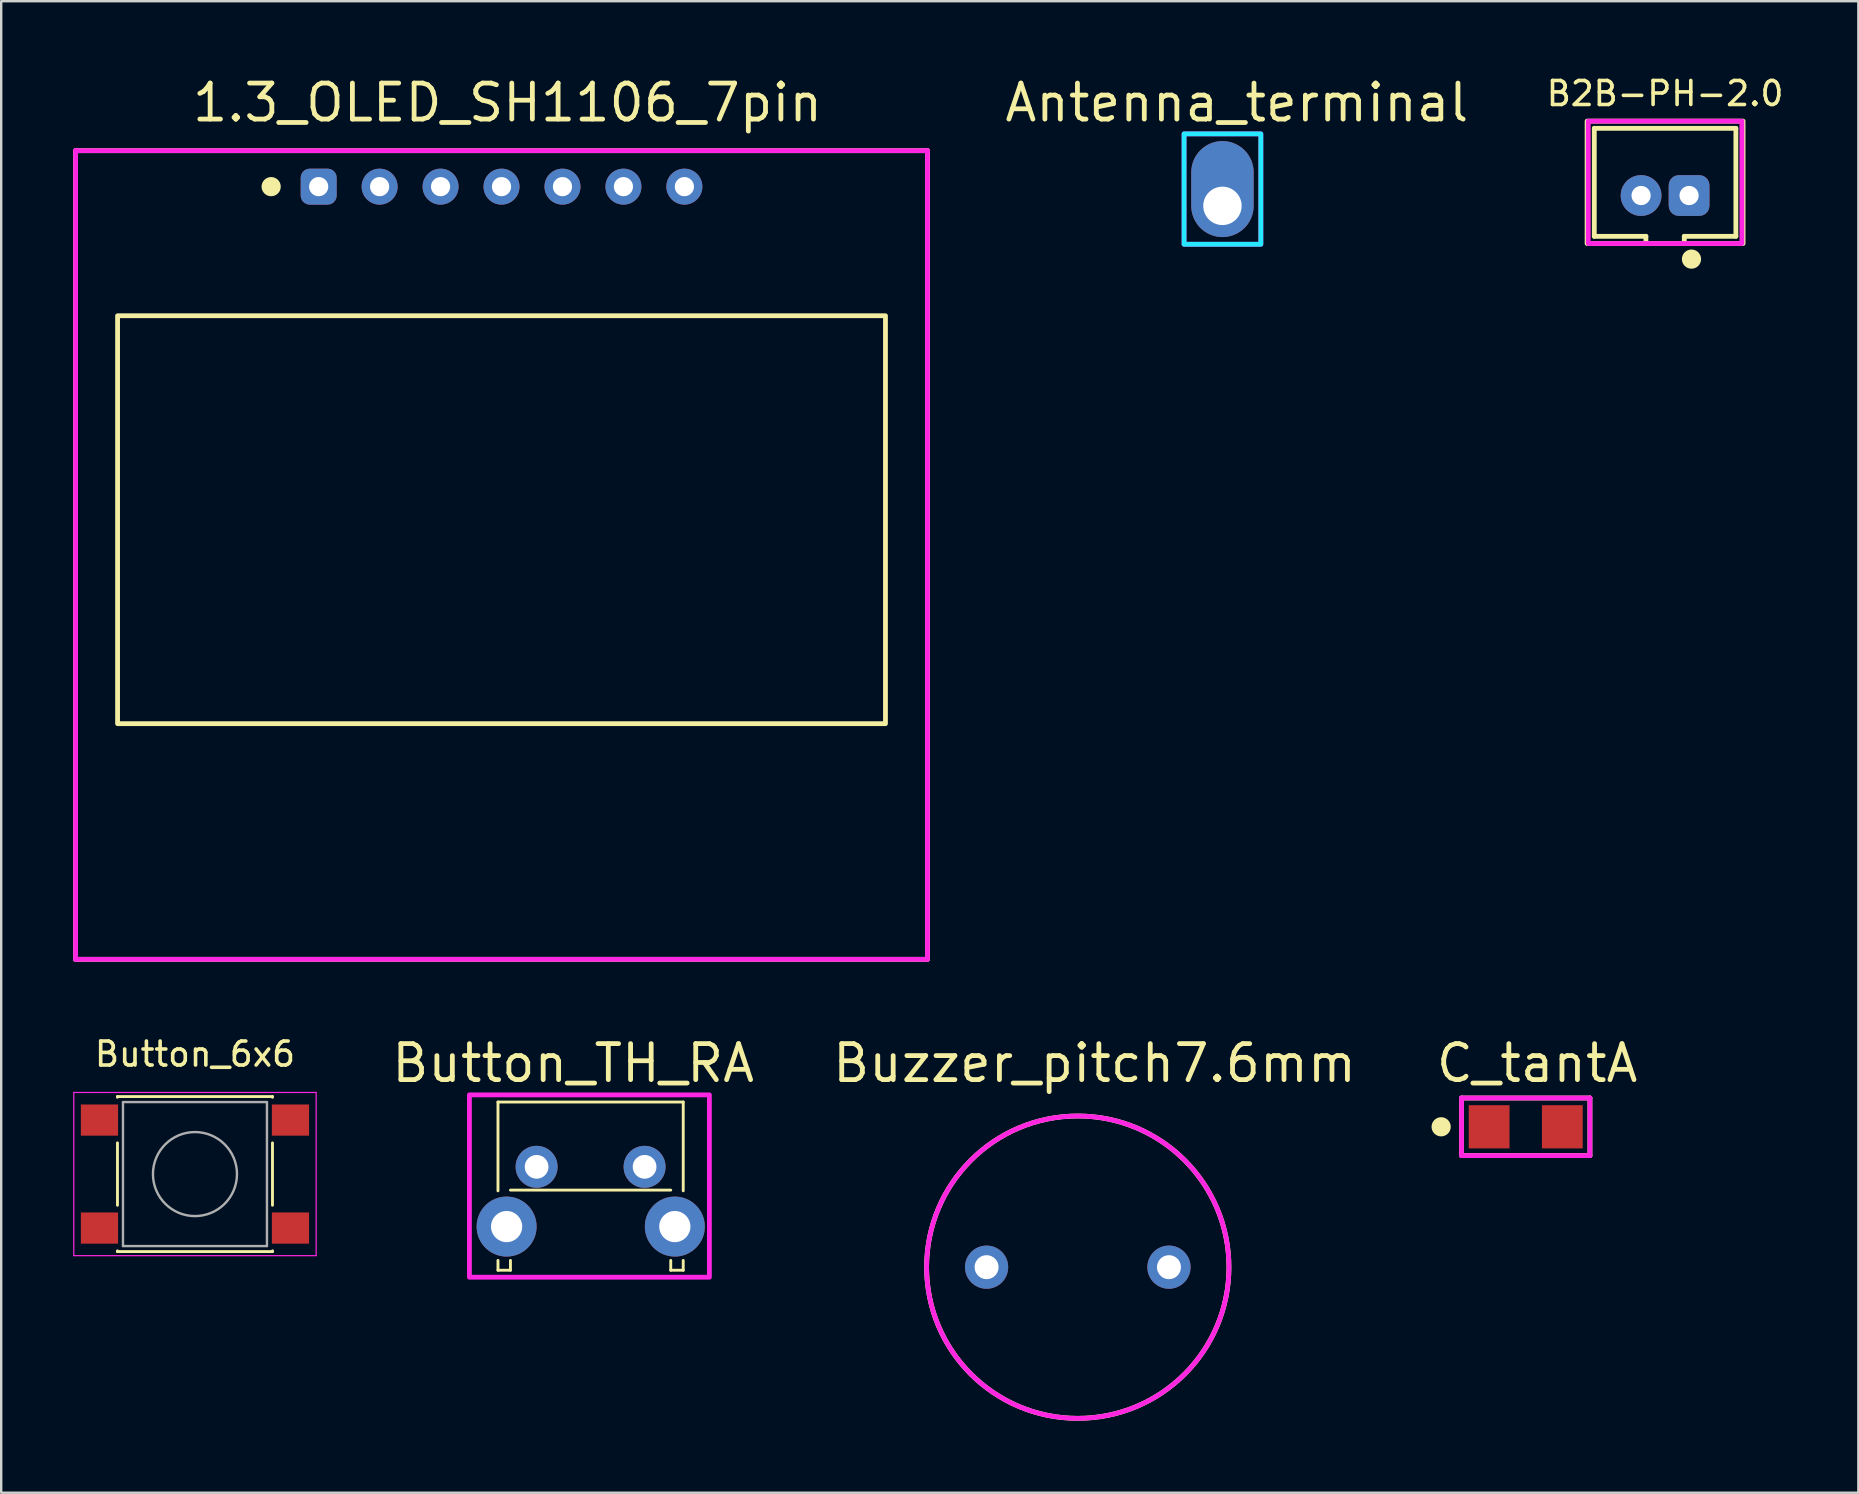
<source format=kicad_pcb>
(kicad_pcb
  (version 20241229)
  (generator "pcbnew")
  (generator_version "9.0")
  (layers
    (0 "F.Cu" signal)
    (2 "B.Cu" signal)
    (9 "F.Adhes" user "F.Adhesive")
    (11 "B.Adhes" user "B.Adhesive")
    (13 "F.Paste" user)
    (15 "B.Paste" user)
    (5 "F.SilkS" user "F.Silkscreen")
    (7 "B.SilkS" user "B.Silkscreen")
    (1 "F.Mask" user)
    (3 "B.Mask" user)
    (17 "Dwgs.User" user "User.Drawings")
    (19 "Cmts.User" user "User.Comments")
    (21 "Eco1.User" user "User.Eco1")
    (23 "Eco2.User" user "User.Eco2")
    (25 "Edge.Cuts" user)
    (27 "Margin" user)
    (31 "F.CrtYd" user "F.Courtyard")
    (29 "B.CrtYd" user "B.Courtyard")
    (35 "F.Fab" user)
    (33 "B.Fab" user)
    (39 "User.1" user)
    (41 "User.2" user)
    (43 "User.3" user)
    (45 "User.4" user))
  (footprint "B2B-PH-2.0"
    (layer "F.Cu")
    (at 66.339 5.098)
    (property "Reference" "B2B-PH-2.0" (at 0 -4.25 0) (unlocked yes) (layer "F.SilkS") (effects (font (size 1 1) (thickness 0.15))))
    (attr smd)
    (fp_line (start -2.95 -2.8) (end 2.95 -2.8) (stroke (width 0.2) (type solid)) (layer "F.SilkS"))
    (fp_line (start -2.95 1.7) (end -2.95 -2.8) (stroke (width 0.2) (type solid)) (layer "F.SilkS"))
    (fp_line (start -2.95 1.7) (end -0.8 1.7) (stroke (width 0.2) (type default)) (layer "F.SilkS"))
    (fp_line (start -0.8 1.7) (end -0.8 2) (stroke (width 0.2) (type default)) (layer "F.SilkS"))
    (fp_line (start 0.8 1.7) (end 0.8 2) (stroke (width 0.2) (type default)) (layer "F.SilkS"))
    (fp_line (start 2.95 -2.8) (end 2.95 1.7) (stroke (width 0.2) (type solid)) (layer "F.SilkS"))
    (fp_line (start 2.95 1.7) (end 0.8 1.7) (stroke (width 0.2) (type default)) (layer "F.SilkS"))
    (fp_rect (start -3.25 -3.1) (end 3.25 2) (stroke (width 0.2) (type default)) (fill no) (layer "F.SilkS"))
    (fp_circle (center 1.1 2.65) (end 1.3 2.65) (stroke (width 0.4) (type solid)) (fill no) (layer "F.SilkS"))
    (fp_rect (start -3.2 -3.1) (end 3.2 2) (stroke (width 0.2) (type solid)) (fill no) (layer "F.CrtYd"))
    (pad "1" thru_hole roundrect (at 1 0) (size 1.7 1.7) (drill 0.8) (layers "*.Cu" "*.Mask") (roundrect_rratio 0.25))
    (pad "2" thru_hole circle (at -1 0) (size 1.7 1.7) (drill 0.8) (layers "*.Cu" "*.Mask")))
  (footprint "Button_TH_RA"
    (layer "F.Cu")
    (at 21.562 45.575)
    (property "Reference" "Button_TH_RA" (at -0.726 -4.318 0) (layer "F.SilkS") (effects (font (size 1.5 1.5) (thickness 0.2))))
    (attr through_hole)
    (fp_line (start -3.86 -2.7) (end -3.86 1) (stroke (width 0.12) (type solid)) (layer "F.SilkS"))
    (fp_line (start -3.86 -2.7) (end 3.86 -2.7) (stroke (width 0.12) (type solid)) (layer "F.SilkS"))
    (fp_line (start -3.86 3.9) (end -3.86 4.31) (stroke (width 0.12) (type solid)) (layer "F.SilkS"))
    (fp_line (start -3.86 4.31) (end -3.34 4.31) (stroke (width 0.12) (type solid)) (layer "F.SilkS"))
    (fp_line (start -3.34 0.97) (end 3.34 0.97) (stroke (width 0.12) (type solid)) (layer "F.SilkS"))
    (fp_line (start -3.34 3.9) (end -3.34 4.31) (stroke (width 0.12) (type solid)) (layer "F.SilkS"))
    (fp_line (start 3.34 3.9) (end 3.34 4.31) (stroke (width 0.12) (type solid)) (layer "F.SilkS"))
    (fp_line (start 3.34 4.31) (end 3.86 4.31) (stroke (width 0.12) (type solid)) (layer "F.SilkS"))
    (fp_line (start 3.86 -2.7) (end 3.86 1) (stroke (width 0.12) (type solid)) (layer "F.SilkS"))
    (fp_line (start 3.86 3.9) (end 3.86 4.31) (stroke (width 0.12) (type solid)) (layer "F.SilkS"))
    (fp_rect (start -5.05 4.6) (end 4.95 -3) (stroke (width 0.2) (type solid)) (fill no) (layer "F.CrtYd"))
    (pad "1" thru_hole circle (at -2.25 0) (size 1.75 1.75) (drill 0.99) (layers "*.Cu" "*.Mask"))
    (pad "2" thru_hole circle (at -3.5 2.49) (size 2.5 2.5) (drill 1.3) (layers "*.Cu" "*.Mask"))
    (pad "2" thru_hole circle (at 2.25 0) (size 1.75 1.75) (drill 0.99) (layers "*.Cu" "*.Mask"))
    (pad "2" thru_hole circle (at 3.51 2.49) (size 2.5 2.5) (drill 1.3) (layers "*.Cu" "*.Mask")))
  (footprint "1.3_OLED_SH1106_7pin"
    (layer "F.Cu")
    (at 17.85 20.078)
    (property "Reference" "1.3_OLED_SH1106_7pin" (at 0.25 -18.85 0) (layer "F.SilkS") (effects (font (size 1.5 1.5) (thickness 0.2))))
    (attr through_hole)
    (fp_line (start -17.75 -16.85) (end -17.75 16.85) (stroke (width 0.2) (type solid)) (layer "F.SilkS"))
    (fp_line (start -17.75 -16.85) (end 17.75 -16.85) (stroke (width 0.2) (type solid)) (layer "F.SilkS"))
    (fp_line (start -17.75 16.85) (end 17.75 16.85) (stroke (width 0.2) (type solid)) (layer "F.SilkS"))
    (fp_line (start 17.75 -16.85) (end 17.75 16.85) (stroke (width 0.2) (type solid)) (layer "F.SilkS"))
    (fp_rect (start -16 -9.97) (end 16 7.03) (stroke (width 0.2) (type solid)) (fill no) (layer "F.SilkS"))
    (fp_circle (center -9.6 -15.35) (end -9.4 -15.35) (stroke (width 0.4) (type solid)) (fill no) (layer "F.SilkS"))
    (fp_line (start -17.75 -16.85) (end 17.75 -16.85) (stroke (width 0.2) (type solid)) (layer "F.CrtYd"))
    (fp_line (start -17.75 16.85) (end -17.75 -16.85) (stroke (width 0.2) (type solid)) (layer "F.CrtYd"))
    (fp_line (start 17.75 -16.85) (end 17.75 16.85) (stroke (width 0.2) (type solid)) (layer "F.CrtYd"))
    (fp_line (start 17.75 16.85) (end -17.75 16.85) (stroke (width 0.2) (type solid)) (layer "F.CrtYd"))
    (pad "1" thru_hole roundrect (at -7.62 -15.35) (size 1.5 1.5) (drill 0.8) (layers "*.Cu" "*.Mask") (roundrect_rratio 0.25))
    (pad "2" thru_hole circle (at -5.08 -15.35) (size 1.5 1.5) (drill 0.8) (layers "*.Cu" "*.Mask"))
    (pad "3" thru_hole circle (at -2.54 -15.35) (size 1.5 1.5) (drill 0.8) (layers "*.Cu" "*.Mask"))
    (pad "4" thru_hole circle (at 0 -15.35) (size 1.5 1.5) (drill 0.8) (layers "*.Cu" "*.Mask"))
    (pad "5" thru_hole circle (at 2.54 -15.35) (size 1.5 1.5) (drill 0.8) (layers "*.Cu" "*.Mask"))
    (pad "6" thru_hole circle (at 5.08 -15.35) (size 1.5 1.5) (drill 0.8) (layers "*.Cu" "*.Mask"))
    (pad "7" thru_hole circle (at 7.62 -15.35) (size 1.5 1.5) (drill 0.8) (layers "*.Cu" "*.Mask")))
  (footprint "Buzzer_pitch7.6mm"
    (layer "F.Cu")
    (at 41.864 49.757)
    (property "Reference" "Buzzer_pitch7.6mm" (at 0.7 -8.5 0) (layer "F.SilkS") (effects (font (size 1.5 1.5) (thickness 0.2))))
    (attr through_hole)
    (fp_circle (center 0 0) (end 6.3 0) (stroke (width 0.2) (type solid)) (fill no) (layer "F.SilkS"))
    (fp_circle (center 0 0) (end 6.3 0) (stroke (width 0.2) (type solid)) (fill no) (layer "F.CrtYd"))
    (pad "1" thru_hole circle (at -3.8 0) (size 1.8 1.8) (drill 1) (layers "*.Cu" "*.Mask"))
    (pad "2" thru_hole circle (at 3.8 0) (size 1.8 1.8) (drill 1) (layers "*.Cu" "*.Mask")))
  (footprint "C_tantA"
    (layer "F.Cu")
    (at 60.532 43.907)
    (property "Reference" "C_tantA" (at 0.475 -2.65 0) (layer "F.SilkS") (effects (font (size 1.5 1.5) (thickness 0.2))))
    (attr smd)
    (fp_line (start -2.675 -1.2) (end 2.675 -1.2) (stroke (width 0.2) (type solid)) (layer "F.SilkS"))
    (fp_line (start -2.675 1.2) (end -2.675 -1.2) (stroke (width 0.2) (type solid)) (layer "F.SilkS"))
    (fp_line (start 2.675 -1.2) (end 2.675 1.2) (stroke (width 0.2) (type solid)) (layer "F.SilkS"))
    (fp_line (start 2.675 1.2) (end -2.675 1.2) (stroke (width 0.2) (type solid)) (layer "F.SilkS"))
    (fp_circle (center -3.525 0) (end -3.325 0) (stroke (width 0.4) (type solid)) (fill no) (layer "F.SilkS"))
    (fp_line (start -2.675 -1.2) (end 2.675 -1.2) (stroke (width 0.2) (type solid)) (layer "F.CrtYd"))
    (fp_line (start -2.675 1.2) (end -2.675 -1.2) (stroke (width 0.2) (type solid)) (layer "F.CrtYd"))
    (fp_line (start 2.675 -1.2) (end 2.675 1.2) (stroke (width 0.2) (type solid)) (layer "F.CrtYd"))
    (fp_line (start 2.675 1.2) (end -2.675 1.2) (stroke (width 0.2) (type solid)) (layer "F.CrtYd"))
    (pad "1" smd rect (at -1.525 0) (size 1.7 1.8) (layers "F.Cu" "F.Mask" "F.Paste"))
    (pad "2" smd rect (at 1.525 0) (size 1.7 1.8) (layers "F.Cu" "F.Mask" "F.Paste")))
  (footprint "Button_6x6"
    (layer "F.Cu")
    (at 5.075 45.877)
    (property "Reference" "Button_6x6" (at 0 -5 0) (unlocked yes) (layer "F.SilkS") (effects (font (size 1 1) (thickness 0.15))))
    (attr smd)
    (fp_line (start -3.23 -3.23) (end 3.23 -3.23) (stroke (width 0.12) (type solid)) (layer "F.SilkS"))
    (fp_line (start -3.23 -3.2) (end -3.23 -3.23) (stroke (width 0.12) (type solid)) (layer "F.SilkS"))
    (fp_line (start -3.23 -1.3) (end -3.23 1.3) (stroke (width 0.12) (type solid)) (layer "F.SilkS"))
    (fp_line (start -3.23 3.23) (end -3.23 3.2) (stroke (width 0.12) (type solid)) (layer "F.SilkS"))
    (fp_line (start -3.23 3.23) (end 3.23 3.23) (stroke (width 0.12) (type solid)) (layer "F.SilkS"))
    (fp_line (start 3.23 -3.23) (end 3.23 -3.2) (stroke (width 0.12) (type solid)) (layer "F.SilkS"))
    (fp_line (start 3.23 -1.3) (end 3.23 1.3) (stroke (width 0.12) (type solid)) (layer "F.SilkS"))
    (fp_line (start 3.23 3.23) (end 3.23 3.2) (stroke (width 0.12) (type solid)) (layer "F.SilkS"))
    (fp_line (start -5.05 -3.4) (end -5.05 3.4) (stroke (width 0.05) (type solid)) (layer "F.CrtYd"))
    (fp_line (start -5.05 -3.4) (end 5.05 -3.4) (stroke (width 0.05) (type solid)) (layer "F.CrtYd"))
    (fp_line (start -5.05 3.4) (end 5.05 3.4) (stroke (width 0.05) (type solid)) (layer "F.CrtYd"))
    (fp_line (start 5.05 3.4) (end 5.05 -3.4) (stroke (width 0.05) (type solid)) (layer "F.CrtYd"))
    (fp_line (start -3 -3) (end -3 3) (stroke (width 0.1) (type solid)) (layer "F.Fab"))
    (fp_line (start -3 3) (end 3 3) (stroke (width 0.1) (type solid)) (layer "F.Fab"))
    (fp_line (start 3 -3) (end -3 -3) (stroke (width 0.1) (type solid)) (layer "F.Fab"))
    (fp_line (start 3 3) (end 3 -3) (stroke (width 0.1) (type solid)) (layer "F.Fab"))
    (fp_circle (center 0 0) (end 1.75 -0.05) (stroke (width 0.1) (type solid)) (fill no) (layer "F.Fab"))
    (pad "1" smd rect (at -3.98 -2.25) (size 1.55 1.3) (layers "F.Cu" "F.Mask" "F.Paste"))
    (pad "1" smd rect (at 3.98 -2.25) (size 1.55 1.3) (layers "F.Cu" "F.Mask" "F.Paste"))
    (pad "2" smd rect (at -3.98 2.25) (size 1.55 1.3) (layers "F.Cu" "F.Mask" "F.Paste"))
    (pad "2" smd rect (at 3.98 2.25) (size 1.55 1.3) (layers "F.Cu" "F.Mask" "F.Paste")))
  (footprint "Antenna_terminal"
    (layer "F.Cu")
    (at 47.893 5.529)
    (property "Reference" "Antenna_terminal" (at 0.6 -4.3 0) (layer "F.SilkS") (effects (font (size 1.5 1.5) (thickness 0.2))))
    (attr through_hole)
    (fp_rect (start 1.6 -3) (end -1.6 1.6) (stroke (width 0.2) (type solid)) (fill no) (layer "B.CrtYd"))
    (fp_rect (start -1.6 1.6) (end 1.6 -3) (stroke (width 0.2) (type solid)) (fill no) (layer "F.CrtYd"))
    (pad "1" thru_hole oval (at 0 0 180) (size 2.6 4) (drill 1.6 (offset 0 0.7)) (layers "*.Cu" "*.Mask")))
  (gr_rect
    (start -3 -3)
    (end 74.393 59.157)
    (stroke (width 0.1) (type default))
    (fill no)
    (layer "Edge.Cuts")))
</source>
